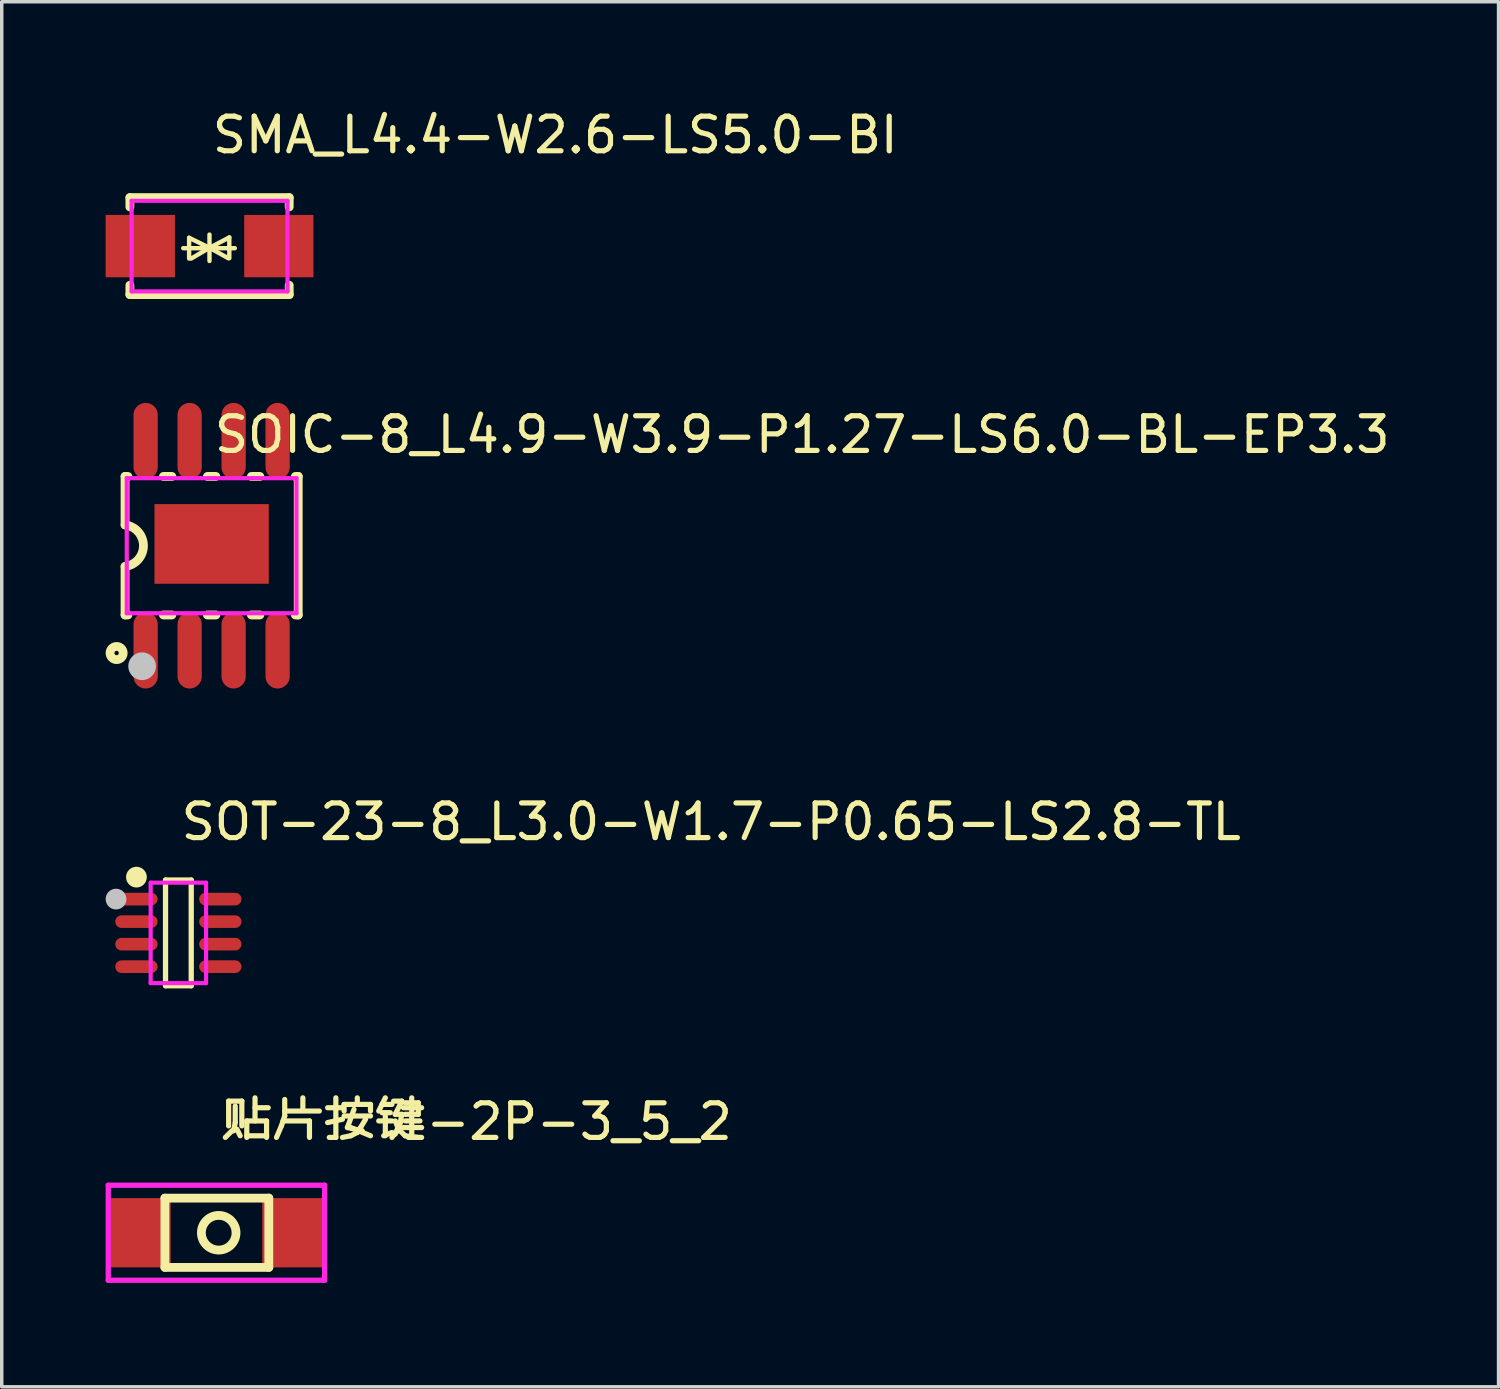
<source format=kicad_pcb>
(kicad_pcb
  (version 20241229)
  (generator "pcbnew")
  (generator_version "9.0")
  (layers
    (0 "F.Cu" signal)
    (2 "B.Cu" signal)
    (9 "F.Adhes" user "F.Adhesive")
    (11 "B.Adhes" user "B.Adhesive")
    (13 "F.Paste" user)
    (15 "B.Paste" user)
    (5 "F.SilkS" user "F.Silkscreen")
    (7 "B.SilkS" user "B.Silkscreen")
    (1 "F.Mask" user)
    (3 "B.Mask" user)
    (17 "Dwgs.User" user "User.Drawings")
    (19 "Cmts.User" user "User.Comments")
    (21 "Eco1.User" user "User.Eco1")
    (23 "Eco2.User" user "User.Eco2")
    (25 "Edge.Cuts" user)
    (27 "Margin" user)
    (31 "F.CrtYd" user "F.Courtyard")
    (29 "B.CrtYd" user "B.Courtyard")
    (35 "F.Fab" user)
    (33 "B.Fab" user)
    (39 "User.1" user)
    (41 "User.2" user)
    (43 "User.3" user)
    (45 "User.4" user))
  (footprint "SOIC-8_L4.9-W3.9-P1.27-LS6.0-BL-EP3.3"
    (layer "F.Cu")
    (at 3.06 12.705)
    (property "Reference" "SOIC-8_L4.9-W3.9-P1.27-LS6.0-BL-EP3.3" (at 0 -3.207 0) (layer "F.SilkS") (effects (font (size 1 1) (thickness 0.15)) (justify left)))
    (attr through_hole)
    (fp_line (start -2.5 -2) (end -2.5 -0.6) (stroke (width 0.254) (type solid)) (layer "F.SilkS"))
    (fp_line (start -2.5 2) (end -2.5 0.6) (stroke (width 0.254) (type solid)) (layer "F.SilkS"))
    (fp_line (start -2.418 -2) (end -2.5 -2) (stroke (width 0.254) (type solid)) (layer "F.SilkS"))
    (fp_line (start -2.418 2) (end -2.5 2) (stroke (width 0.254) (type solid)) (layer "F.SilkS"))
    (fp_line (start -1.148 -2) (end -1.392 -2) (stroke (width 0.254) (type solid)) (layer "F.SilkS"))
    (fp_line (start -1.148 2) (end -1.392 2) (stroke (width 0.254) (type solid)) (layer "F.SilkS"))
    (fp_line (start 0.122 -2) (end -0.122 -2) (stroke (width 0.254) (type solid)) (layer "F.SilkS"))
    (fp_line (start 0.122 2) (end -0.122 2) (stroke (width 0.254) (type solid)) (layer "F.SilkS"))
    (fp_line (start 1.392 -2) (end 1.148 -2) (stroke (width 0.254) (type solid)) (layer "F.SilkS"))
    (fp_line (start 1.392 2) (end 1.148 2) (stroke (width 0.254) (type solid)) (layer "F.SilkS"))
    (fp_line (start 2.5 -2) (end 2.418 -2) (stroke (width 0.254) (type solid)) (layer "F.SilkS"))
    (fp_line (start 2.5 -2) (end 2.5 2) (stroke (width 0.254) (type solid)) (layer "F.SilkS"))
    (fp_line (start 2.5 2) (end 2.418 2) (stroke (width 0.254) (type solid)) (layer "F.SilkS"))
    (fp_arc (start -2.499 -0.599) (mid -1.968568 0.000127) (end -2.499253 0.599031) (stroke (width 0.254) (type solid)) (layer "F.SilkS"))
    (fp_circle (center -2.743 3.099) (end -2.553 3.099) (stroke (width 0.254) (type solid)) (fill no) (layer "F.SilkS"))
    (fp_circle (center -2.007 3.48) (end -1.807 3.48) (stroke (width 0.4) (type solid)) (fill no) (layer "Dwgs.User"))
    (fp_line (start -2.115 -2.21) (end -1.695 -2.21) (stroke (width 0.12) (type solid)) (layer "Eco2.User"))
    (fp_line (start -2.115 -1.94) (end -2.115 -2.21) (stroke (width 0.12) (type solid)) (layer "Eco2.User"))
    (fp_line (start -2.115 1.94) (end -1.695 1.94) (stroke (width 0.12) (type solid)) (layer "Eco2.User"))
    (fp_line (start -2.115 2.21) (end -2.115 1.94) (stroke (width 0.12) (type solid)) (layer "Eco2.User"))
    (fp_line (start -1.695 -2.21) (end -1.695 -1.94) (stroke (width 0.12) (type solid)) (layer "Eco2.User"))
    (fp_line (start -1.695 -1.94) (end -2.115 -1.94) (stroke (width 0.12) (type solid)) (layer "Eco2.User"))
    (fp_line (start -1.695 1.94) (end -1.695 2.21) (stroke (width 0.12) (type solid)) (layer "Eco2.User"))
    (fp_line (start -1.695 2.21) (end -2.115 2.21) (stroke (width 0.12) (type solid)) (layer "Eco2.User"))
    (fp_line (start -0.845 -2.21) (end -0.425 -2.21) (stroke (width 0.12) (type solid)) (layer "Eco2.User"))
    (fp_line (start -0.845 -1.94) (end -0.845 -2.21) (stroke (width 0.12) (type solid)) (layer "Eco2.User"))
    (fp_line (start -0.845 1.94) (end -0.425 1.94) (stroke (width 0.12) (type solid)) (layer "Eco2.User"))
    (fp_line (start -0.845 2.21) (end -0.845 1.94) (stroke (width 0.12) (type solid)) (layer "Eco2.User"))
    (fp_line (start -0.425 -2.21) (end -0.425 -1.94) (stroke (width 0.12) (type solid)) (layer "Eco2.User"))
    (fp_line (start -0.425 -1.94) (end -0.845 -1.94) (stroke (width 0.12) (type solid)) (layer "Eco2.User"))
    (fp_line (start -0.425 1.94) (end -0.425 2.21) (stroke (width 0.12) (type solid)) (layer "Eco2.User"))
    (fp_line (start -0.425 2.21) (end -0.845 2.21) (stroke (width 0.12) (type solid)) (layer "Eco2.User"))
    (fp_line (start 0.425 -2.21) (end 0.845 -2.21) (stroke (width 0.12) (type solid)) (layer "Eco2.User"))
    (fp_line (start 0.425 -1.94) (end 0.425 -2.21) (stroke (width 0.12) (type solid)) (layer "Eco2.User"))
    (fp_line (start 0.425 1.94) (end 0.845 1.94) (stroke (width 0.12) (type solid)) (layer "Eco2.User"))
    (fp_line (start 0.425 2.21) (end 0.425 1.94) (stroke (width 0.12) (type solid)) (layer "Eco2.User"))
    (fp_line (start 0.845 -2.21) (end 0.845 -1.94) (stroke (width 0.12) (type solid)) (layer "Eco2.User"))
    (fp_line (start 0.845 -1.94) (end 0.425 -1.94) (stroke (width 0.12) (type solid)) (layer "Eco2.User"))
    (fp_line (start 0.845 1.94) (end 0.845 2.21) (stroke (width 0.12) (type solid)) (layer "Eco2.User"))
    (fp_line (start 0.845 2.21) (end 0.425 2.21) (stroke (width 0.12) (type solid)) (layer "Eco2.User"))
    (fp_line (start 1.695 -2.21) (end 2.115 -2.21) (stroke (width 0.12) (type solid)) (layer "Eco2.User"))
    (fp_line (start 1.695 -1.94) (end 1.695 -2.21) (stroke (width 0.12) (type solid)) (layer "Eco2.User"))
    (fp_line (start 1.695 1.94) (end 2.115 1.94) (stroke (width 0.12) (type solid)) (layer "Eco2.User"))
    (fp_line (start 1.695 2.21) (end 1.695 1.94) (stroke (width 0.12) (type solid)) (layer "Eco2.User"))
    (fp_line (start 2.115 -2.21) (end 2.115 -1.94) (stroke (width 0.12) (type solid)) (layer "Eco2.User"))
    (fp_line (start 2.115 -1.94) (end 1.695 -1.94) (stroke (width 0.12) (type solid)) (layer "Eco2.User"))
    (fp_line (start 2.115 1.94) (end 2.115 2.21) (stroke (width 0.12) (type solid)) (layer "Eco2.User"))
    (fp_line (start 2.115 2.21) (end 1.695 2.21) (stroke (width 0.12) (type solid)) (layer "Eco2.User"))
    (fp_circle (center -2.45 3) (end -2.42 3) (stroke (width 0.06) (type solid)) (fill no) (layer "Eco2.User"))
    (fp_poly (pts (xy -2.115 -2.2) (xy -2.115 -3) (xy -1.695 -3) (xy -1.695 -2.2)) (stroke (width 0.12) (type solid)) (fill no) (layer "Eco2.User"))
    (fp_poly (pts (xy -2.115 3) (xy -2.115 2.2) (xy -1.695 2.2) (xy -1.695 3)) (stroke (width 0.12) (type solid)) (fill no) (layer "Eco2.User"))
    (fp_poly (pts (xy -1.65 1.099) (xy -1.65 -1.201) (xy 1.65 -1.201) (xy 1.65 1.099)) (stroke (width 0.12) (type solid)) (fill no) (layer "Eco2.User"))
    (fp_poly (pts (xy -0.845 -2.2) (xy -0.845 -3) (xy -0.425 -3) (xy -0.425 -2.2)) (stroke (width 0.12) (type solid)) (fill no) (layer "Eco2.User"))
    (fp_poly (pts (xy -0.845 3) (xy -0.845 2.2) (xy -0.425 2.2) (xy -0.425 3)) (stroke (width 0.12) (type solid)) (fill no) (layer "Eco2.User"))
    (fp_poly (pts (xy 0.425 -2.2) (xy 0.425 -3) (xy 0.845 -3) (xy 0.845 -2.2)) (stroke (width 0.12) (type solid)) (fill no) (layer "Eco2.User"))
    (fp_poly (pts (xy 0.425 3) (xy 0.425 2.2) (xy 0.845 2.2) (xy 0.845 3)) (stroke (width 0.12) (type solid)) (fill no) (layer "Eco2.User"))
    (fp_poly (pts (xy 1.695 -2.2) (xy 1.695 -3) (xy 2.115 -3) (xy 2.115 -2.2)) (stroke (width 0.12) (type solid)) (fill no) (layer "Eco2.User"))
    (fp_poly (pts (xy 1.695 3) (xy 1.695 2.2) (xy 2.115 2.2) (xy 2.115 3)) (stroke (width 0.12) (type solid)) (fill no) (layer "Eco2.User"))
    (fp_line (start -2.45 -1.95) (end 2.45 -1.95) (stroke (width 0.12) (type solid)) (layer "F.CrtYd"))
    (fp_line (start -2.45 1.95) (end -2.45 -1.95) (stroke (width 0.12) (type solid)) (layer "F.CrtYd"))
    (fp_line (start 2.45 -1.95) (end 2.45 1.95) (stroke (width 0.12) (type solid)) (layer "F.CrtYd"))
    (fp_line (start 2.45 1.95) (end -2.45 1.95) (stroke (width 0.12) (type solid)) (layer "F.CrtYd"))
    (pad "1" smd oval (at -1.905 3.023 180) (size 0.7 2.2) (layers "F.Cu" "F.Mask" "F.Paste"))
    (pad "2" smd oval (at -0.635 3.023 180) (size 0.7 2.2) (layers "F.Cu" "F.Mask" "F.Paste"))
    (pad "3" smd oval (at 0.635 3.023 180) (size 0.7 2.2) (layers "F.Cu" "F.Mask" "F.Paste"))
    (pad "4" smd oval (at 1.905 3.023 180) (size 0.7 2.2) (layers "F.Cu" "F.Mask" "F.Paste"))
    (pad "5" smd oval (at 1.905 -3.023 180) (size 0.7 2.2) (layers "F.Cu" "F.Mask" "F.Paste"))
    (pad "6" smd oval (at 0.635 -3.023 180) (size 0.7 2.2) (layers "F.Cu" "F.Mask" "F.Paste"))
    (pad "7" smd oval (at -0.635 -3.023 180) (size 0.7 2.2) (layers "F.Cu" "F.Mask" "F.Paste"))
    (pad "8" smd oval (at -1.905 -3.023 180) (size 0.7 2.2) (layers "F.Cu" "F.Mask" "F.Paste"))
    (pad "9" smd rect (at 0 -0.051 90) (size 2.3 3.3) (layers "F.Cu" "F.Mask" "F.Paste")))
  (footprint "贴片按键-2P-3_5_2"
    (layer "F.Cu")
    (at 3.262 32.541)
    (property "Reference" "贴片按键-2P-3_5_2" (at 0 -3.207 0) (layer "F.SilkS") (effects (font (size 1 1) (thickness 0.15)) (justify left)))
    (attr through_hole)
    (fp_line (start -1.551 -1) (end 1.449 -1) (stroke (width 0.254) (type solid)) (layer "F.SilkS"))
    (fp_line (start -1.551 1) (end -1.551 -1) (stroke (width 0.254) (type solid)) (layer "F.SilkS"))
    (fp_line (start 1.449 -1) (end 1.449 1) (stroke (width 0.254) (type solid)) (layer "F.SilkS"))
    (fp_line (start 1.449 1) (end -1.551 1) (stroke (width 0.254) (type solid)) (layer "F.SilkS"))
    (fp_arc (start 0.005 -0.5) (mid -0.002294 0.50002) (end -0.000412 -0.500025) (stroke (width 0.254) (type solid)) (layer "F.SilkS"))
    (fp_line (start -3.186 -1.372) (end 3.06 -1.372) (stroke (width 0.152) (type solid)) (layer "F.CrtYd"))
    (fp_line (start -3.186 1.372) (end -3.186 -1.372) (stroke (width 0.152) (type solid)) (layer "F.CrtYd"))
    (fp_line (start 3.06 -1.372) (end 3.06 1.372) (stroke (width 0.152) (type solid)) (layer "F.CrtYd"))
    (fp_line (start 3.06 1.372) (end -3.186 1.372) (stroke (width 0.152) (type solid)) (layer "F.CrtYd"))
    (pad "1" smd rect (at -2.286 0) (size 1.8 2) (layers "F.Cu" "F.Mask" "F.Paste"))
    (pad "2" smd rect (at 2.159 0) (size 1.8 2) (layers "F.Cu" "F.Mask" "F.Paste")))
  (footprint "SOT-23-8_L3.0-W1.7-P0.65-LS2.8-TL"
    (layer "F.Cu")
    (at 2.1 23.884)
    (property "Reference" "SOT-23-8_L3.0-W1.7-P0.65-LS2.8-TL" (at 0 -3.207 0) (layer "F.SilkS") (effects (font (size 1 1) (thickness 0.15)) (justify left)))
    (attr through_hole)
    (fp_line (start -0.371 -1.526) (end 0.371 -1.526) (stroke (width 0.152) (type solid)) (layer "F.SilkS"))
    (fp_line (start -0.371 1.526) (end -0.371 -1.526) (stroke (width 0.152) (type solid)) (layer "F.SilkS"))
    (fp_line (start 0.371 -1.526) (end 0.371 1.526) (stroke (width 0.152) (type solid)) (layer "F.SilkS"))
    (fp_line (start 0.371 1.526) (end -0.371 1.526) (stroke (width 0.152) (type solid)) (layer "F.SilkS"))
    (fp_circle (center -1.211 -1.61) (end -1.061 -1.61) (stroke (width 0.3) (type solid)) (fill no) (layer "F.SilkS"))
    (fp_circle (center -1.8 -0.976) (end -1.65 -0.976) (stroke (width 0.3) (type solid)) (fill no) (layer "Dwgs.User"))
    (fp_line (start -1.01 -1.12) (end -0.79 -1.12) (stroke (width 0.12) (type solid)) (layer "Eco2.User"))
    (fp_line (start -1.01 -0.83) (end -1.01 -1.12) (stroke (width 0.12) (type solid)) (layer "Eco2.User"))
    (fp_line (start -1.01 -0.47) (end -0.79 -0.47) (stroke (width 0.12) (type solid)) (layer "Eco2.User"))
    (fp_line (start -1.01 -0.18) (end -1.01 -0.47) (stroke (width 0.12) (type solid)) (layer "Eco2.User"))
    (fp_line (start -1.01 0.18) (end -0.79 0.18) (stroke (width 0.12) (type solid)) (layer "Eco2.User"))
    (fp_line (start -1.01 0.47) (end -1.01 0.18) (stroke (width 0.12) (type solid)) (layer "Eco2.User"))
    (fp_line (start -1.01 0.83) (end -0.79 0.83) (stroke (width 0.12) (type solid)) (layer "Eco2.User"))
    (fp_line (start -1.01 1.12) (end -1.01 0.83) (stroke (width 0.12) (type solid)) (layer "Eco2.User"))
    (fp_line (start -0.79 -1.12) (end -0.79 -0.83) (stroke (width 0.12) (type solid)) (layer "Eco2.User"))
    (fp_line (start -0.79 -0.83) (end -1.01 -0.83) (stroke (width 0.12) (type solid)) (layer "Eco2.User"))
    (fp_line (start -0.79 -0.47) (end -0.79 -0.18) (stroke (width 0.12) (type solid)) (layer "Eco2.User"))
    (fp_line (start -0.79 -0.18) (end -1.01 -0.18) (stroke (width 0.12) (type solid)) (layer "Eco2.User"))
    (fp_line (start -0.79 0.18) (end -0.79 0.47) (stroke (width 0.12) (type solid)) (layer "Eco2.User"))
    (fp_line (start -0.79 0.47) (end -1.01 0.47) (stroke (width 0.12) (type solid)) (layer "Eco2.User"))
    (fp_line (start -0.79 0.83) (end -0.79 1.12) (stroke (width 0.12) (type solid)) (layer "Eco2.User"))
    (fp_line (start -0.79 1.12) (end -1.01 1.12) (stroke (width 0.12) (type solid)) (layer "Eco2.User"))
    (fp_line (start 0.79 -1.12) (end 0.79 -0.83) (stroke (width 0.12) (type solid)) (layer "Eco2.User"))
    (fp_line (start 0.79 -0.83) (end 1.01 -0.83) (stroke (width 0.12) (type solid)) (layer "Eco2.User"))
    (fp_line (start 0.79 -0.47) (end 0.79 -0.18) (stroke (width 0.12) (type solid)) (layer "Eco2.User"))
    (fp_line (start 0.79 -0.18) (end 1.01 -0.18) (stroke (width 0.12) (type solid)) (layer "Eco2.User"))
    (fp_line (start 0.79 0.18) (end 0.79 0.47) (stroke (width 0.12) (type solid)) (layer "Eco2.User"))
    (fp_line (start 0.79 0.47) (end 1.01 0.47) (stroke (width 0.12) (type solid)) (layer "Eco2.User"))
    (fp_line (start 0.79 0.83) (end 0.79 1.12) (stroke (width 0.12) (type solid)) (layer "Eco2.User"))
    (fp_line (start 0.79 1.12) (end 1.01 1.12) (stroke (width 0.12) (type solid)) (layer "Eco2.User"))
    (fp_line (start 1.01 -1.12) (end 0.79 -1.12) (stroke (width 0.12) (type solid)) (layer "Eco2.User"))
    (fp_line (start 1.01 -0.83) (end 1.01 -1.12) (stroke (width 0.12) (type solid)) (layer "Eco2.User"))
    (fp_line (start 1.01 -0.47) (end 0.79 -0.47) (stroke (width 0.12) (type solid)) (layer "Eco2.User"))
    (fp_line (start 1.01 -0.18) (end 1.01 -0.47) (stroke (width 0.12) (type solid)) (layer "Eco2.User"))
    (fp_line (start 1.01 0.18) (end 0.79 0.18) (stroke (width 0.12) (type solid)) (layer "Eco2.User"))
    (fp_line (start 1.01 0.47) (end 1.01 0.18) (stroke (width 0.12) (type solid)) (layer "Eco2.User"))
    (fp_line (start 1.01 0.83) (end 0.79 0.83) (stroke (width 0.12) (type solid)) (layer "Eco2.User"))
    (fp_line (start 1.01 1.12) (end 1.01 0.83) (stroke (width 0.12) (type solid)) (layer "Eco2.User"))
    (fp_circle (center -1.4 -1.451) (end -1.37 -1.451) (stroke (width 0.06) (type solid)) (fill no) (layer "Eco2.User"))
    (fp_poly (pts (xy -1.4 -1.12) (xy -1 -1.12) (xy -1 -0.83) (xy -1.4 -0.83)) (stroke (width 0.12) (type solid)) (fill no) (layer "Eco2.User"))
    (fp_poly (pts (xy -1.4 -0.47) (xy -1 -0.47) (xy -1 -0.18) (xy -1.4 -0.18)) (stroke (width 0.12) (type solid)) (fill no) (layer "Eco2.User"))
    (fp_poly (pts (xy -1.4 0.18) (xy -1 0.18) (xy -1 0.47) (xy -1.4 0.47)) (stroke (width 0.12) (type solid)) (fill no) (layer "Eco2.User"))
    (fp_poly (pts (xy -1.4 0.83) (xy -1 0.83) (xy -1 1.12) (xy -1.4 1.12)) (stroke (width 0.12) (type solid)) (fill no) (layer "Eco2.User"))
    (fp_poly (pts (xy 1.4 -1.12) (xy 1 -1.12) (xy 1 -0.83) (xy 1.4 -0.83)) (stroke (width 0.12) (type solid)) (fill no) (layer "Eco2.User"))
    (fp_poly (pts (xy 1.4 -0.47) (xy 1 -0.47) (xy 1 -0.18) (xy 1.4 -0.18)) (stroke (width 0.12) (type solid)) (fill no) (layer "Eco2.User"))
    (fp_poly (pts (xy 1.4 0.18) (xy 1 0.18) (xy 1 0.47) (xy 1.4 0.47)) (stroke (width 0.12) (type solid)) (fill no) (layer "Eco2.User"))
    (fp_poly (pts (xy 1.4 0.83) (xy 1 0.83) (xy 1 1.12) (xy 1.4 1.12)) (stroke (width 0.12) (type solid)) (fill no) (layer "Eco2.User"))
    (fp_line (start -0.8 -1.45) (end 0.8 -1.45) (stroke (width 0.12) (type solid)) (layer "F.CrtYd"))
    (fp_line (start -0.8 1.45) (end -0.8 -1.45) (stroke (width 0.12) (type solid)) (layer "F.CrtYd"))
    (fp_line (start 0.8 -1.45) (end 0.8 1.45) (stroke (width 0.12) (type solid)) (layer "F.CrtYd"))
    (fp_line (start 0.8 1.45) (end -0.8 1.45) (stroke (width 0.12) (type solid)) (layer "F.CrtYd"))
    (pad "1" smd oval (at -1.211 -0.975 270) (size 0.364 1.222) (layers "F.Cu" "F.Mask" "F.Paste"))
    (pad "2" smd oval (at -1.211 -0.325 270) (size 0.364 1.222) (layers "F.Cu" "F.Mask" "F.Paste"))
    (pad "3" smd oval (at -1.211 0.325 270) (size 0.364 1.222) (layers "F.Cu" "F.Mask" "F.Paste"))
    (pad "4" smd oval (at -1.211 0.975 270) (size 0.364 1.222) (layers "F.Cu" "F.Mask" "F.Paste"))
    (pad "5" smd oval (at 1.211 0.975 270) (size 0.364 1.222) (layers "F.Cu" "F.Mask" "F.Paste"))
    (pad "6" smd oval (at 1.211 0.325 270) (size 0.364 1.222) (layers "F.Cu" "F.Mask" "F.Paste"))
    (pad "7" smd oval (at 1.211 -0.325 270) (size 0.364 1.222) (layers "F.Cu" "F.Mask" "F.Paste"))
    (pad "8" smd oval (at 1.211 -0.975 270) (size 0.364 1.222) (layers "F.Cu" "F.Mask" "F.Paste")))
  (footprint "SMA_L4.4-W2.6-LS5.0-BI"
    (layer "F.Cu")
    (at 3 4.055)
    (property "Reference" "SMA_L4.4-W2.6-LS5.0-BI" (at 0 -3.207 0) (layer "F.SilkS") (effects (font (size 1 1) (thickness 0.15)) (justify left)))
    (attr through_hole)
    (fp_line (start -2.3 -1.4) (end -2.3 -1.131) (stroke (width 0.254) (type solid)) (layer "F.SilkS"))
    (fp_line (start -2.3 -1.4) (end 2.3 -1.4) (stroke (width 0.254) (type solid)) (layer "F.SilkS"))
    (fp_line (start -2.3 1.131) (end -2.3 1.4) (stroke (width 0.254) (type solid)) (layer "F.SilkS"))
    (fp_line (start -2.3 1.4) (end 2.3 1.4) (stroke (width 0.254) (type solid)) (layer "F.SilkS"))
    (fp_line (start -0.76 0.06) (end 0.73 0.06) (stroke (width 0.127) (type solid)) (layer "F.SilkS"))
    (fp_line (start -0.59 -0.24) (end -0.59 0.36) (stroke (width 0.127) (type solid)) (layer "F.SilkS"))
    (fp_line (start -0.59 -0.24) (end -0.002 0.049) (stroke (width 0.127) (type solid)) (layer "F.SilkS"))
    (fp_line (start -0.53 0.36) (end -0.002 0.049) (stroke (width 0.127) (type solid)) (layer "F.SilkS"))
    (fp_line (start -0.002 0.049) (end -0.002 -0.332) (stroke (width 0.127) (type solid)) (layer "F.SilkS"))
    (fp_line (start -0.002 0.049) (end -0.002 0.43) (stroke (width 0.127) (type solid)) (layer "F.SilkS"))
    (fp_line (start 0.54 0.35) (end -0.002 0.049) (stroke (width 0.127) (type solid)) (layer "F.SilkS"))
    (fp_line (start 0.57 -0.25) (end -0.002 0.049) (stroke (width 0.127) (type solid)) (layer "F.SilkS"))
    (fp_line (start 0.57 -0.25) (end 0.57 0.35) (stroke (width 0.127) (type solid)) (layer "F.SilkS"))
    (fp_line (start 2.3 -1.4) (end 2.3 -1.131) (stroke (width 0.254) (type solid)) (layer "F.SilkS"))
    (fp_line (start 2.3 1.131) (end 2.3 1.4) (stroke (width 0.254) (type solid)) (layer "F.SilkS"))
    (fp_circle (center -2.542 1.308) (end -2.512 1.308) (stroke (width 0.06) (type solid)) (fill no) (layer "Eco2.User"))
    (fp_poly (pts (xy -2.542 0.725) (xy -2.542 -0.725) (xy -1.458 -0.725) (xy -1.458 0.725)) (stroke (width 0.12) (type solid)) (fill no) (layer "Eco2.User"))
    (fp_poly (pts (xy 1.458 0.725) (xy 1.458 -0.725) (xy 2.542 -0.725) (xy 2.542 0.725)) (stroke (width 0.12) (type solid)) (fill no) (layer "Eco2.User"))
    (fp_line (start -2.25 -1.307) (end 2.25 -1.307) (stroke (width 0.12) (type solid)) (layer "F.CrtYd"))
    (fp_line (start -2.25 1.308) (end -2.25 -1.307) (stroke (width 0.12) (type solid)) (layer "F.CrtYd"))
    (fp_line (start 2.25 -1.307) (end 2.25 1.308) (stroke (width 0.12) (type solid)) (layer "F.CrtYd"))
    (fp_line (start 2.25 1.308) (end -2.25 1.308) (stroke (width 0.12) (type solid)) (layer "F.CrtYd"))
    (pad "1" smd rect (at -2 0) (size 2 1.8) (layers "F.Cu" "F.Mask" "F.Paste"))
    (pad "2" smd rect (at 2 0) (size 2 1.8) (layers "F.Cu" "F.Mask" "F.Paste")))
  (gr_rect
    (start -3 -3)
    (end 40.215 36.989)
    (stroke (width 0.1) (type default))
    (fill no)
    (layer "Edge.Cuts")))
</source>
